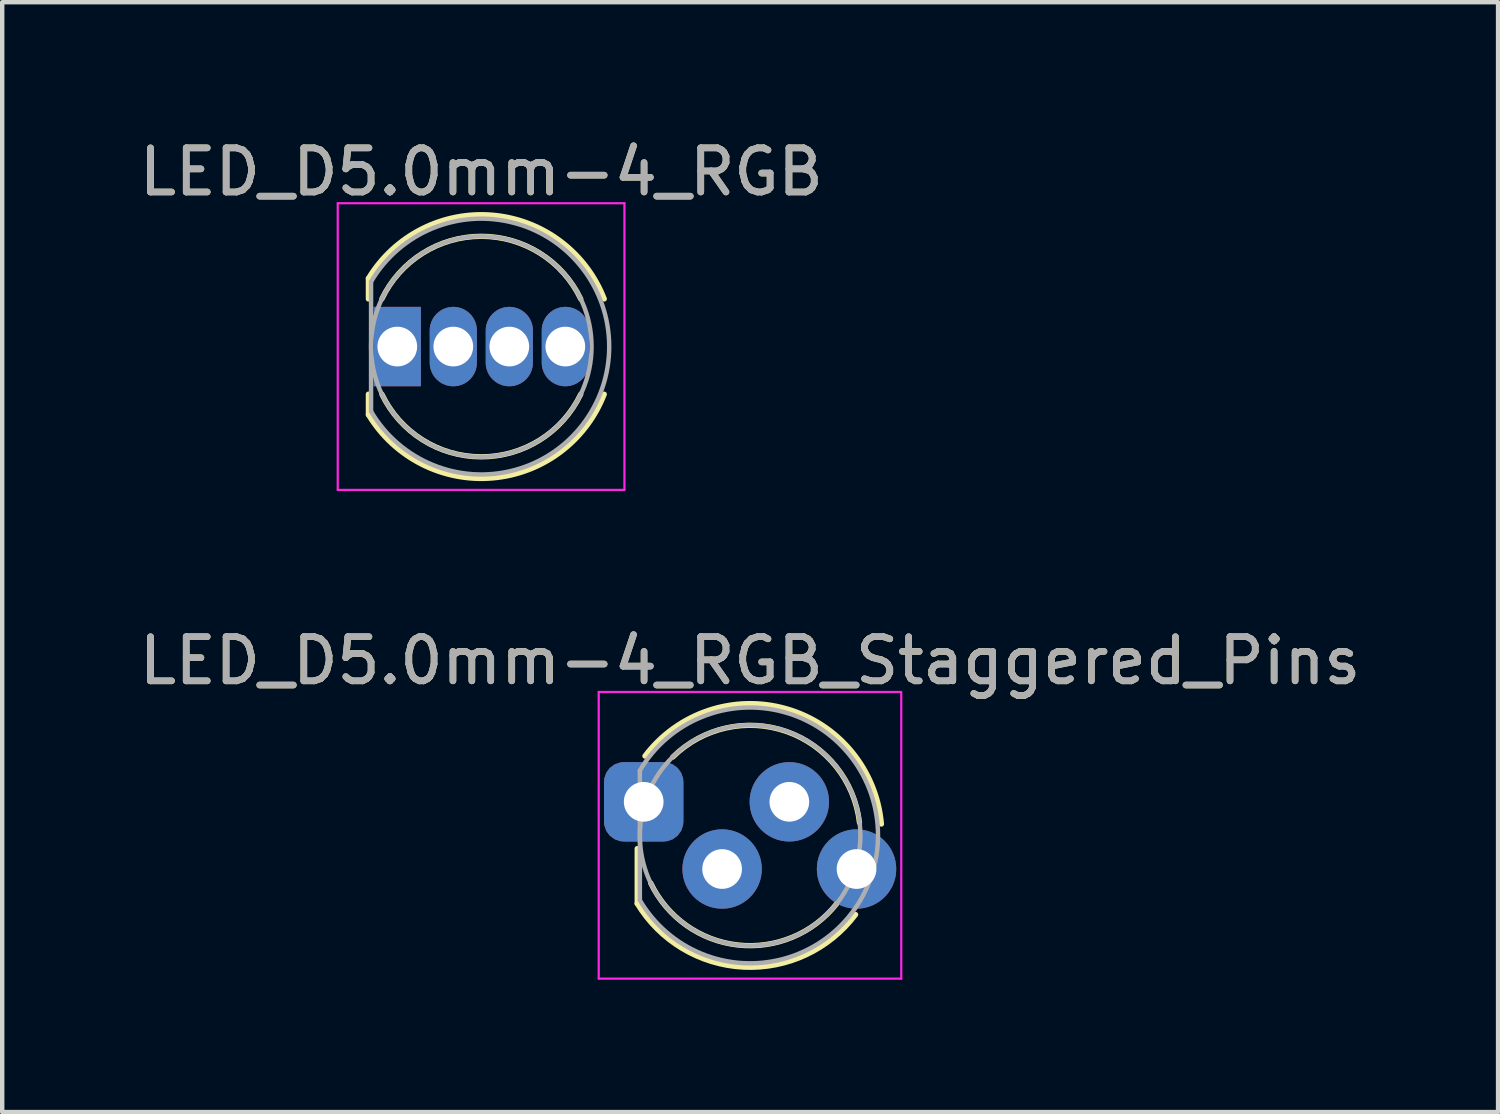
<source format=kicad_pcb>
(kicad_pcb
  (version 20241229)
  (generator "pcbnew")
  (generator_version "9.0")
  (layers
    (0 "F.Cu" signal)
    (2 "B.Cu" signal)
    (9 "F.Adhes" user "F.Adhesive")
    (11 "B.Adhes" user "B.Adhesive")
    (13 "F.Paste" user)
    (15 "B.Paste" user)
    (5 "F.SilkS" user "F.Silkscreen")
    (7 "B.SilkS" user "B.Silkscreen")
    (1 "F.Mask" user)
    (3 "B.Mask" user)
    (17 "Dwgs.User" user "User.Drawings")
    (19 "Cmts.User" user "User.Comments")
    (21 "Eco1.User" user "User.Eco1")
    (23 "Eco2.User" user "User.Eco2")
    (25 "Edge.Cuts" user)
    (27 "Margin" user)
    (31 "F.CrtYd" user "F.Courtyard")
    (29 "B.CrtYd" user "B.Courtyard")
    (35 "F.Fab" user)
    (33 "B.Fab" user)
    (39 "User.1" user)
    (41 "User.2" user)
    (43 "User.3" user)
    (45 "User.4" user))
  (footprint "LED_D5.0mm-4_RGB"
    (layer "F.Cu")
    (at 5.958 4.808)
    (property "Reference" "LED_D5.0mm-4_RGB" (at 1.905 -3.96 0) (layer "F.SilkS") (effects (font (size 1 1) (thickness 0.15))))
    (attr through_hole)
    (fp_line (start -0.655 -1.545) (end -0.655 -1.08) (stroke (width 0.12) (type solid)) (layer "F.SilkS"))
    (fp_line (start -0.655 1.08) (end -0.655 1.545) (stroke (width 0.12) (type solid)) (layer "F.SilkS"))
    (fp_arc (start -0.655 -1.54483) (mid 2.163456 -2.978809) (end 4.692815 -1.080827) (stroke (width 0.12) (type solid)) (layer "F.SilkS"))
    (fp_arc (start -0.349684 -1.08) (mid 1.904762 -2.5) (end 4.159479 -1.080429) (stroke (width 0.12) (type solid)) (layer "F.SilkS"))
    (fp_arc (start 4.159479 1.080429) (mid 1.904762 2.5) (end -0.349684 1.08) (stroke (width 0.12) (type solid)) (layer "F.SilkS"))
    (fp_arc (start 4.692815 1.080827) (mid 2.163456 2.978808) (end -0.655 1.54483) (stroke (width 0.12) (type solid)) (layer "F.SilkS"))
    (fp_line (start -1.35 -3.25) (end -1.35 3.25) (stroke (width 0.05) (type solid)) (layer "F.CrtYd"))
    (fp_line (start -1.35 3.25) (end 5.15 3.25) (stroke (width 0.05) (type solid)) (layer "F.CrtYd"))
    (fp_line (start 5.15 -3.25) (end -1.35 -3.25) (stroke (width 0.05) (type solid)) (layer "F.CrtYd"))
    (fp_line (start 5.15 3.25) (end 5.15 -3.25) (stroke (width 0.05) (type solid)) (layer "F.CrtYd"))
    (fp_line (start -0.595 -1.47) (end -0.595 1.47) (stroke (width 0.1) (type solid)) (layer "F.Fab"))
    (fp_arc (start -0.595 -1.469694) (mid 4.805 0.000016) (end -0.595016 1.469666) (stroke (width 0.1) (type solid)) (layer "F.Fab"))
    (fp_circle (center 1.905 0) (end 4.405 0) (stroke (width 0.1) (type solid)) (fill no) (layer "F.Fab"))
    (fp_text user "${REFERENCE}" (at 1.905 -3.96 0) (layer "F.Fab") (effects (font (size 1 1) (thickness 0.15))))
    (pad "1" thru_hole rect (at 0 0) (size 1.07 1.8) (drill 0.9) (layers "*.Cu" "*.Mask"))
    (pad "2" thru_hole oval (at 1.27 0) (size 1.07 1.8) (drill 0.9) (layers "*.Cu" "*.Mask"))
    (pad "3" thru_hole oval (at 2.54 0) (size 1.07 1.8) (drill 0.9) (layers "*.Cu" "*.Mask"))
    (pad "4" thru_hole oval (at 3.81 0) (size 1.07 1.8) (drill 0.9) (layers "*.Cu" "*.Mask")))
  (footprint "LED_D5.0mm-4_RGB_Staggered_Pins"
    (layer "F.Cu")
    (at 11.545 15.13)
    (property "Reference" "LED_D5.0mm-4_RGB_Staggered_Pins" (at 2.413 -3.198 0) (layer "F.SilkS") (effects (font (size 1 1) (thickness 0.15))))
    (attr through_hole)
    (fp_line (start -0.147 1.061) (end -0.147 2.307) (stroke (width 0.12) (type solid)) (layer "F.SilkS"))
    (fp_arc (start 0.028 -1.038) (mid 3.238737 -2.109652) (end 5.389836 0.503784) (stroke (width 0.12) (type solid)) (layer "F.SilkS"))
    (fp_arc (start 0.660401 -1.015999) (mid 3.242766 -1.592649) (end 4.89309 0.475579) (stroke (width 0.12) (type solid)) (layer "F.SilkS"))
    (fp_arc (start 4.372086 2.315056) (mid 2.134091 3.246393) (end 0.158316 1.842) (stroke (width 0.12) (type solid)) (layer "F.SilkS"))
    (fp_arc (start 4.804334 2.556887) (mid 2.262188 3.748194) (end -0.147 2.30683) (stroke (width 0.12) (type solid)) (layer "F.SilkS"))
    (fp_line (start -1.02 -2.49) (end 5.83 -2.49) (stroke (width 0.05) (type solid)) (layer "F.CrtYd"))
    (fp_line (start -1.02 4.01) (end -1.02 -2.49) (stroke (width 0.05) (type solid)) (layer "F.CrtYd"))
    (fp_line (start 5.84 -2.49) (end 5.84 4.01) (stroke (width 0.05) (type solid)) (layer "F.CrtYd"))
    (fp_line (start 5.84 4.01) (end -1.02 4.01) (stroke (width 0.05) (type solid)) (layer "F.CrtYd"))
    (fp_line (start -0.087 -0.708) (end -0.087 2.232) (stroke (width 0.1) (type solid)) (layer "F.Fab"))
    (fp_arc (start -0.087 -0.707694) (mid 5.313 0.762016) (end -0.087016 2.231666) (stroke (width 0.1) (type solid)) (layer "F.Fab"))
    (fp_circle (center 2.413 0.762) (end 4.913 0.762) (stroke (width 0.1) (type solid)) (fill no) (layer "F.Fab"))
    (fp_text user "${REFERENCE}" (at 2.413 -3.198 0) (layer "F.Fab") (effects (font (size 1 1) (thickness 0.15))))
    (pad "1" thru_hole roundrect (at 0 0) (size 1.8 1.8) (drill 0.9) (layers "*.Cu" "*.Mask") (roundrect_rratio 0.25))
    (pad "2" thru_hole circle (at 1.778 1.524) (size 1.8 1.8) (drill 0.9) (layers "*.Cu" "*.Mask"))
    (pad "3" thru_hole circle (at 3.302 0) (size 1.8 1.8) (drill 0.9) (layers "*.Cu" "*.Mask"))
    (pad "4" thru_hole circle (at 4.826 1.524) (size 1.8 1.8) (drill 0.9) (layers "*.Cu" "*.Mask")))
  (gr_rect
    (start -3 -3)
    (end 30.917 22.165)
    (stroke (width 0.1) (type default))
    (fill no)
    (layer "Edge.Cuts")))
</source>
